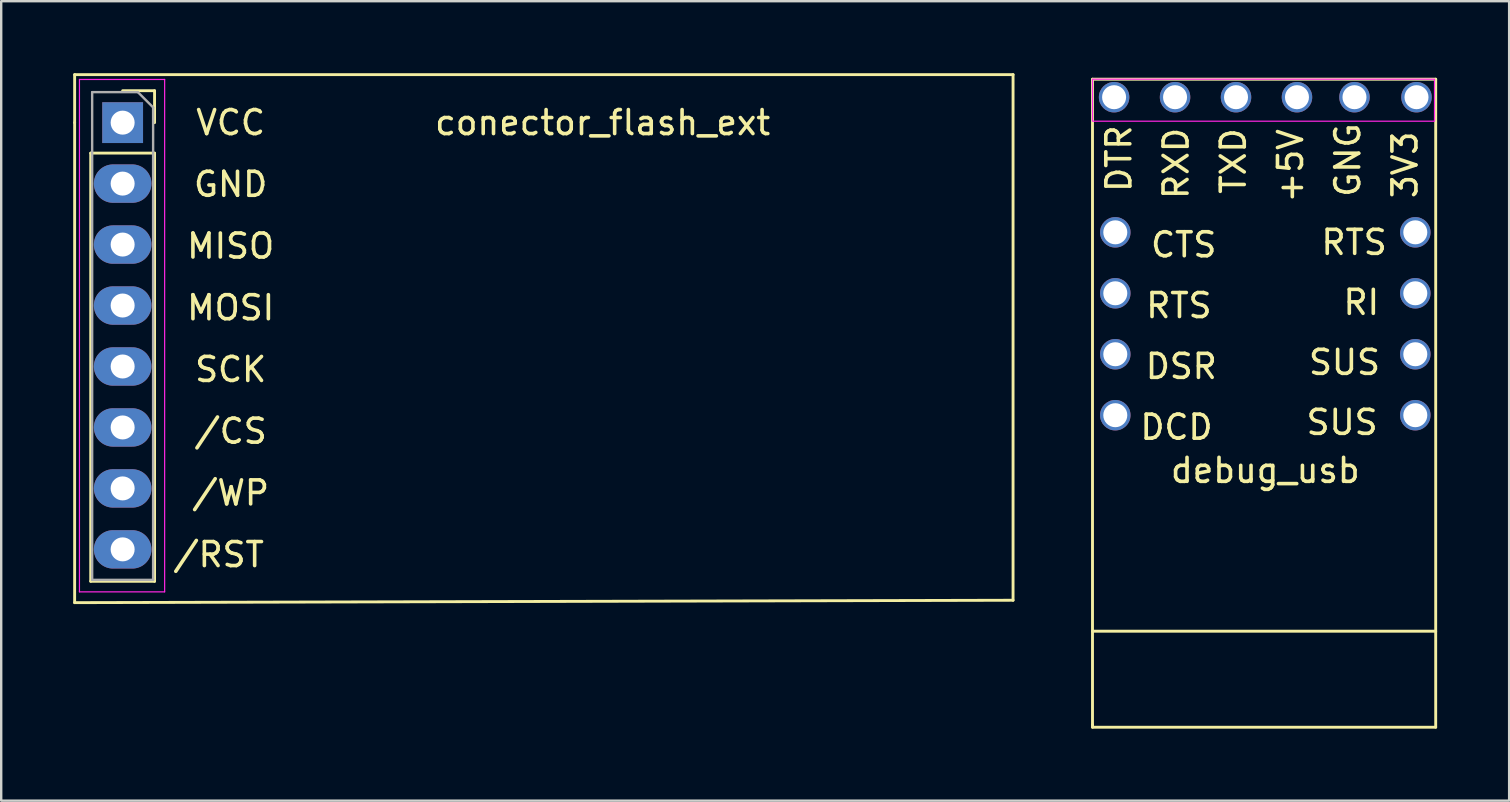
<source format=kicad_pcb>
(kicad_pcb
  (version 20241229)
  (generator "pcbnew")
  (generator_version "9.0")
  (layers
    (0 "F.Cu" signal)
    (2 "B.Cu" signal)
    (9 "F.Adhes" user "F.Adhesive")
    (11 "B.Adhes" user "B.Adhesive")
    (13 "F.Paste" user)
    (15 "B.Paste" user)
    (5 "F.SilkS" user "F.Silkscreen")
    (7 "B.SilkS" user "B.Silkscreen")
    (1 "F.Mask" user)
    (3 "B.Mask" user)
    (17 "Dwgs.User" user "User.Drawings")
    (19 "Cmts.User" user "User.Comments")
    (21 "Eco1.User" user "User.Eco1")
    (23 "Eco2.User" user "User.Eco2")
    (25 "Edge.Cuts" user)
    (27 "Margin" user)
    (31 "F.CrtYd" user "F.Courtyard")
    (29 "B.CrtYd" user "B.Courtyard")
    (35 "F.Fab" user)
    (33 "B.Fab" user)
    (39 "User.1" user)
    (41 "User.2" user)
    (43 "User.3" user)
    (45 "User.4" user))
  (footprint "debug_usb"
    (layer "F.Cu")
    (at 42.47 0.25)
    (property "Reference" "debug_usb" (at 7.2 16.3 0) (layer "F.SilkS") (effects (font (size 1 1) (thickness 0.15))))
    (attr through_hole)
    (fp_line (start 0 0) (end 14.3 0) (stroke (width 0.12) (type solid)) (layer "F.SilkS"))
    (fp_line (start 0 23) (end 14.3 23) (stroke (width 0.12) (type solid)) (layer "F.SilkS"))
    (fp_line (start 0 26.9) (end 0 0) (stroke (width 0.12) (type solid)) (layer "F.SilkS"))
    (fp_line (start 0 27) (end 0 26.9) (stroke (width 0.12) (type solid)) (layer "F.SilkS"))
    (fp_line (start 0 27) (end 14.3 27) (stroke (width 0.12) (type solid)) (layer "F.SilkS"))
    (fp_line (start 14.3 0) (end 14.3 27) (stroke (width 0.12) (type solid)) (layer "F.SilkS"))
    (fp_rect (start 0 0) (end 14.25 1.75) (stroke (width 0.05) (type solid)) (fill no) (layer "F.CrtYd"))
    (fp_text user "SUS" (at 10.4 14.3 0) (layer "F.SilkS") (effects (font (size 1 1) (thickness 0.15))))
    (fp_text user "DCD" (at 3.5 14.5 0) (unlocked yes) (layer "F.SilkS") (effects (font (size 1 1) (thickness 0.15))))
    (fp_text user "DTR" (at 1.1 3.31 90) (layer "F.SilkS") (effects (font (size 1 1) (thickness 0.15))))
    (fp_text user "+5V" (at 8.252 3.61 90) (unlocked yes) (layer "F.SilkS") (effects (font (size 1 1) (thickness 0.15))))
    (fp_text user "RTS" (at 10.9 6.8 0) (layer "F.SilkS") (effects (font (size 1 1) (thickness 0.15))))
    (fp_text user "DSR" (at 3.7 11.967 0) (layer "F.SilkS") (effects (font (size 1 1) (thickness 0.15))))
    (fp_text user "RTS" (at 3.6 9.433 0) (layer "F.SilkS") (effects (font (size 1 1) (thickness 0.15))))
    (fp_text user "GNG" (at 10.636 3.37 90) (layer "F.SilkS") (effects (font (size 1 1) (thickness 0.15))))
    (fp_text user "RI" (at 11.2 9.3 0) (layer "F.SilkS") (effects (font (size 1 1) (thickness 0.15))))
    (fp_text user "RXD" (at 3.484 3.51 90) (layer "F.SilkS") (effects (font (size 1 1) (thickness 0.15))))
    (fp_text user "SUS" (at 10.5 11.8 0) (layer "F.SilkS") (effects (font (size 1 1) (thickness 0.15))))
    (fp_text user "CTS" (at 3.8 6.9 0) (layer "F.SilkS") (effects (font (size 1 1) (thickness 0.15))))
    (fp_text user "3V3" (at 13.02 3.57 90) (unlocked yes) (layer "F.SilkS") (effects (font (size 1 1) (thickness 0.15))))
    (fp_text user "TXD" (at 5.868 3.41 90) (layer "F.SilkS") (effects (font (size 1 1) (thickness 0.15))))
    (pad "1" thru_hole circle (at 0.9 0.75 90) (size 1.27 1.27) (drill 1) (layers "*.Cu" "*.Mask"))
    (pad "2" thru_hole circle (at 3.44 0.75 90) (size 1.27 1.27) (drill 1) (layers "*.Cu" "*.Mask"))
    (pad "3" thru_hole circle (at 5.98 0.75 90) (size 1.27 1.27) (drill 1) (layers "*.Cu" "*.Mask"))
    (pad "4" thru_hole circle (at 8.52 0.75 90) (size 1.27 1.27) (drill 1) (layers "*.Cu" "*.Mask"))
    (pad "5" thru_hole circle (at 10.916 0.75 90) (size 1.27 1.27) (drill 1) (layers "*.Cu" "*.Mask"))
    (pad "6" thru_hole circle (at 13.5 0.75 90) (size 1.27 1.27) (drill 1) (layers "*.Cu" "*.Mask"))
    (pad "7" thru_hole circle (at 0.95 6.38 180) (size 1.27 1.27) (drill 1) (layers "*.Cu" "*.Mask"))
    (pad "8" thru_hole circle (at 0.95 8.92 180) (size 1.27 1.27) (drill 1) (layers "*.Cu" "*.Mask"))
    (pad "9" thru_hole circle (at 0.95 11.46 180) (size 1.27 1.27) (drill 1) (layers "*.Cu" "*.Mask"))
    (pad "10" thru_hole circle (at 0.95 14 180) (size 1.27 1.27) (drill 1) (layers "*.Cu" "*.Mask"))
    (pad "11" thru_hole circle (at 13.45 6.38 180) (size 1.27 1.27) (drill 1) (layers "*.Cu" "*.Mask"))
    (pad "12" thru_hole circle (at 13.45 8.92 180) (size 1.27 1.27) (drill 1) (layers "*.Cu" "*.Mask"))
    (pad "13" thru_hole circle (at 13.45 11.46 180) (size 1.27 1.27) (drill 1) (layers "*.Cu" "*.Mask"))
    (pad "14" thru_hole circle (at 13.45 14 180) (size 1.27 1.27) (drill 1) (layers "*.Cu" "*.Mask")))
  (footprint "conector_flash_ext"
    (layer "F.Cu")
    (at 2.06 2.06)
    (property "Reference" "conector_flash_ext" (at 20 0 0) (layer "F.SilkS") (effects (font (size 1 1) (thickness 0.15))))
    (attr through_hole)
    (fp_line (start -2 0) (end -2 -2) (stroke (width 0.12) (type solid)) (layer "F.SilkS"))
    (fp_line (start -2 0) (end -2 20) (stroke (width 0.12) (type solid)) (layer "F.SilkS"))
    (fp_line (start -2 20) (end 37.1 19.9) (stroke (width 0.12) (type solid)) (layer "F.SilkS"))
    (fp_line (start -1.33 1.27) (end -1.33 19.11) (stroke (width 0.12) (type solid)) (layer "F.SilkS"))
    (fp_line (start -1.33 1.27) (end 1.33 1.27) (stroke (width 0.12) (type solid)) (layer "F.SilkS"))
    (fp_line (start -1.33 19.11) (end 1.33 19.11) (stroke (width 0.12) (type solid)) (layer "F.SilkS"))
    (fp_line (start 0 -1.33) (end 1.33 -1.33) (stroke (width 0.12) (type solid)) (layer "F.SilkS"))
    (fp_line (start 1.33 -1.33) (end 1.33 0) (stroke (width 0.12) (type solid)) (layer "F.SilkS"))
    (fp_line (start 1.33 1.27) (end 1.33 19.11) (stroke (width 0.12) (type solid)) (layer "F.SilkS"))
    (fp_line (start 37.1 -2) (end -2 -2) (stroke (width 0.12) (type solid)) (layer "F.SilkS"))
    (fp_line (start 37.1 -2) (end 37.1 19.9) (stroke (width 0.12) (type solid)) (layer "F.SilkS"))
    (fp_line (start -1.8 -1.8) (end 1.75 -1.8) (stroke (width 0.05) (type solid)) (layer "F.CrtYd"))
    (fp_line (start -1.8 19.55) (end -1.8 -1.8) (stroke (width 0.05) (type solid)) (layer "F.CrtYd"))
    (fp_line (start 1.75 -1.8) (end 1.75 19.55) (stroke (width 0.05) (type solid)) (layer "F.CrtYd"))
    (fp_line (start 1.75 19.55) (end -1.8 19.55) (stroke (width 0.05) (type solid)) (layer "F.CrtYd"))
    (fp_line (start -1.27 -1.27) (end 0.635 -1.27) (stroke (width 0.1) (type solid)) (layer "F.Fab"))
    (fp_line (start -1.27 19.05) (end -1.27 -1.27) (stroke (width 0.1) (type solid)) (layer "F.Fab"))
    (fp_line (start 0.635 -1.27) (end 1.27 -0.635) (stroke (width 0.1) (type solid)) (layer "F.Fab"))
    (fp_line (start 1.27 -0.635) (end 1.27 19.05) (stroke (width 0.1) (type solid)) (layer "F.Fab"))
    (fp_line (start 1.27 19.05) (end -1.27 19.05) (stroke (width 0.1) (type solid)) (layer "F.Fab"))
    (fp_text user "SCK" (at 4.5 10.286 0) (layer "F.SilkS") (effects (font (size 1 1) (thickness 0.15))))
    (fp_text user "/CS" (at 4.5 12.857 0) (layer "F.SilkS") (effects (font (size 1 1) (thickness 0.15))))
    (fp_text user "/RST" (at 4 18 0) (layer "F.SilkS") (effects (font (size 1 1) (thickness 0.15))))
    (fp_text user "GND" (at 4.5 2.571 0) (layer "F.SilkS") (effects (font (size 1 1) (thickness 0.15))))
    (fp_text user "MISO" (at 4.5 5.143 0) (layer "F.SilkS") (effects (font (size 1 1) (thickness 0.15))))
    (fp_text user "/WP" (at 4.5 15.429 0) (layer "F.SilkS") (effects (font (size 1 1) (thickness 0.15))))
    (fp_text user "VCC" (at 4.5 0 0) (layer "F.SilkS") (effects (font (size 1 1) (thickness 0.15))))
    (fp_text user "MOSI" (at 4.5 7.714 0) (layer "F.SilkS") (effects (font (size 1 1) (thickness 0.15))))
    (pad "1" thru_hole rect (at 0 0) (size 1.7 1.7) (drill 1) (layers "*.Cu" "*.Mask"))
    (pad "2" thru_hole oval (at 0 2.54) (size 2.4 1.6) (drill 1) (layers "*.Cu" "*.Mask"))
    (pad "3" thru_hole oval (at 0 5.08) (size 2.4 1.6) (drill 1) (layers "*.Cu" "*.Mask"))
    (pad "4" thru_hole oval (at 0 7.62) (size 2.4 1.6) (drill 1) (layers "*.Cu" "*.Mask"))
    (pad "5" thru_hole oval (at 0 10.16) (size 2.4 1.6) (drill 1) (layers "*.Cu" "*.Mask"))
    (pad "6" thru_hole oval (at 0 12.7) (size 2.4 1.6) (drill 1) (layers "*.Cu" "*.Mask"))
    (pad "7" thru_hole oval (at 0 15.24) (size 2.4 1.6) (drill 1) (layers "*.Cu" "*.Mask"))
    (pad "8" thru_hole oval (at 0 17.78) (size 2.4 1.6) (drill 1) (layers "*.Cu" "*.Mask")))
  (gr_rect
    (start -3 -3)
    (end 59.83 30.31)
    (stroke (width 0.1) (type default))
    (fill no)
    (layer "Edge.Cuts")))
</source>
